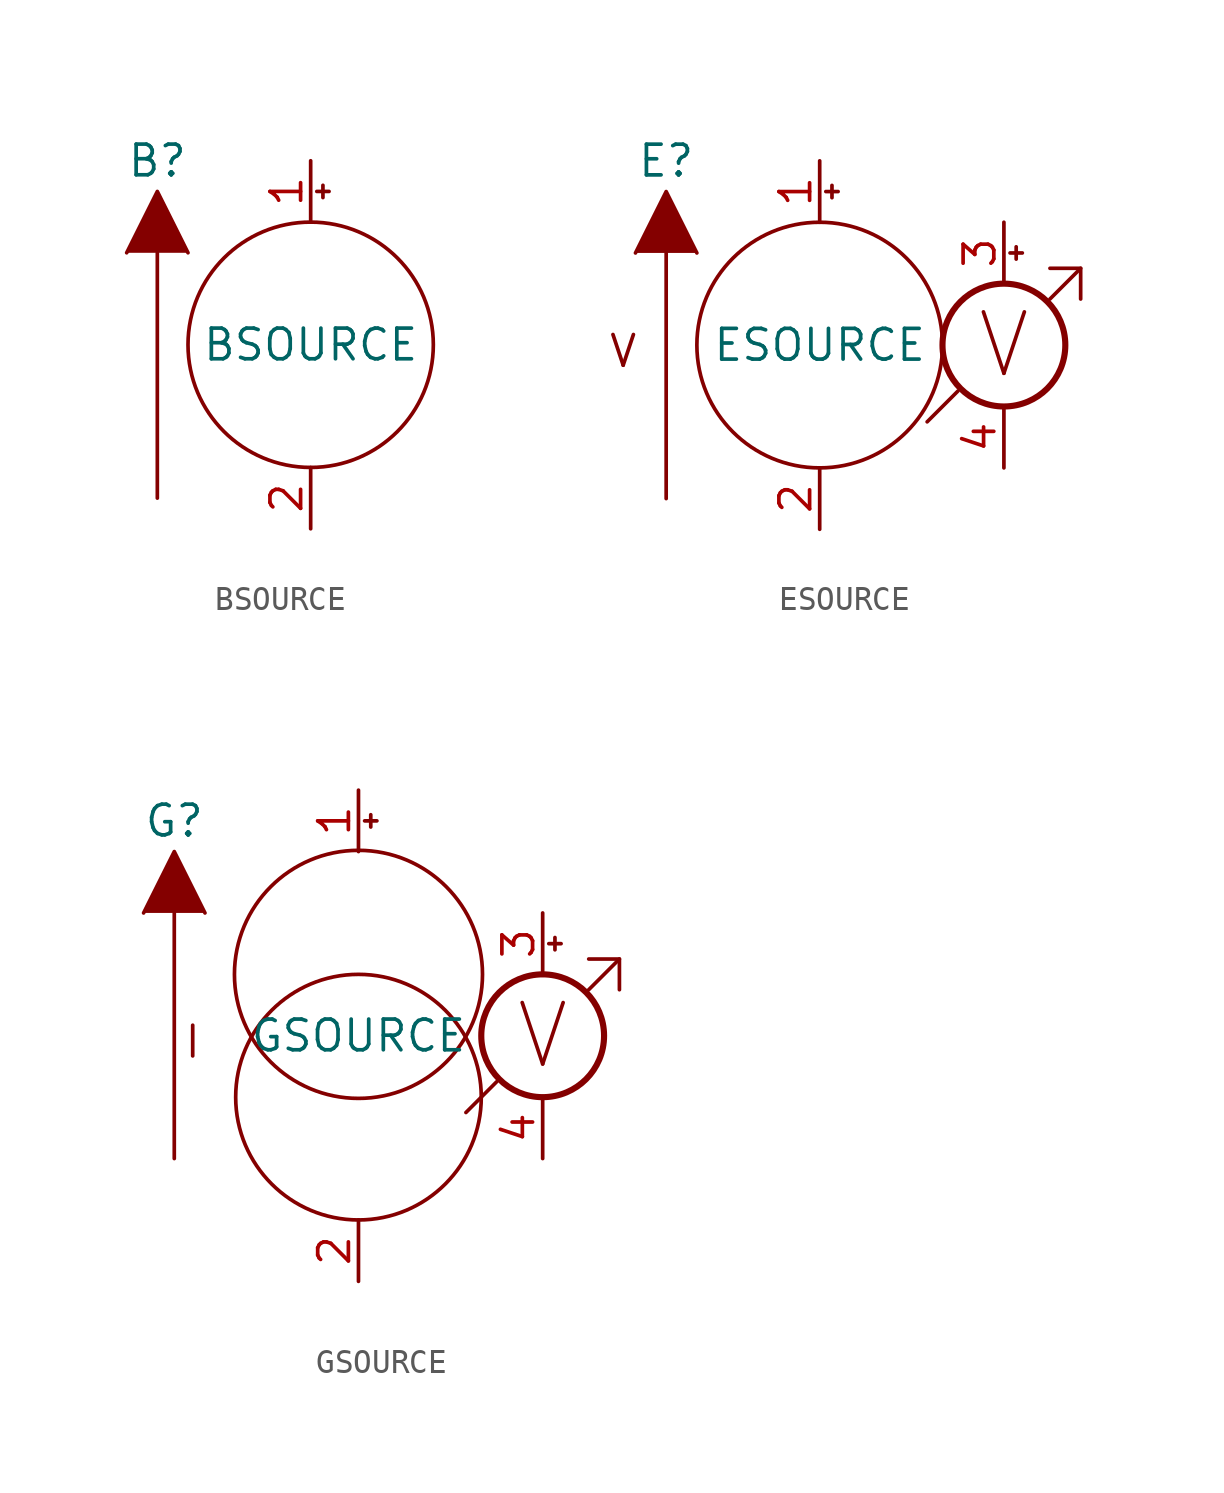
<source format=kicad_sym>
(kicad_symbol_lib
  (version 20201005)
  (generator kicad_symbol_editor)
  (symbol "BSOURCE"
    (pin_names
      (offset 1.016) hide)
    (property "Reference" "B"
      (at -6.35 7.62 0)
      (effects (font (size 1.27 1.27))))
    (property "Value" "BSOURCE"
      (at 0 0 0)
      (effects (font (size 1.27 1.27))))
    (symbol "BSOURCE_1_1"
      (circle (center 0 0) (radius 5.08) (stroke (width 0)) (fill (type none)))
      (polyline (pts (xy 0.254 6.35) (xy 0.762 6.35)) (stroke (width 0)) (fill (type none)))
      (polyline (pts (xy 0.508 6.604) (xy 0.508 6.096)) (stroke (width 0)) (fill (type none)))
      (polyline (pts (xy -6.35 -6.35) (xy -6.35 3.81)) (stroke (width 0)) (fill (type outline)))
      (polyline (pts (xy -7.62 3.81) (xy -6.35 6.35) (xy -5.08 3.81)) (stroke (width 0)) (fill (type outline)))
      (pin input line (at 0 7.62 270) (length 2.54) (name "N+" (effects (font (size 1.27 1.27)))) (number "1" (effects (font (size 1.27 1.27)))))
      (pin input line (at 0 -7.62 90) (length 2.54) (name "N-" (effects (font (size 1.27 1.27)))) (number "2" (effects (font (size 1.27 1.27)))))))
  (symbol "ESOURCE"
    (pin_names
      (offset 1.016) hide)
    (property "Reference" "E"
      (at -6.35 7.62 0)
      (effects (font (size 1.27 1.27))))
    (property "Value" "ESOURCE"
      (at 0 0 0)
      (effects (font (size 1.27 1.27))))
    (symbol "ESOURCE_1_1"
      (circle (center 0 0) (radius 5.08) (stroke (width 0)) (fill (type none)))
      (circle (center 7.62 0) (radius 2.54) (stroke (width 0.254)) (fill (type none)))
      (text "V" (at -8.128 -0.254 0) (effects (font (size 1.27 1.27))))
      (text "V" (at 7.62 0 0) (effects (font (size 2.54 2.54))))
      (polyline (pts (xy 0.254 6.35) (xy 0.762 6.35)) (stroke (width 0)) (fill (type none)))
      (polyline (pts (xy 0.508 6.604) (xy 0.508 6.096)) (stroke (width 0)) (fill (type none)))
      (polyline (pts (xy 4.445 -3.175) (xy 5.715 -1.905)) (stroke (width 0)) (fill (type none)))
      (polyline (pts (xy 7.874 3.81) (xy 8.382 3.81)) (stroke (width 0)) (fill (type none)))
      (polyline (pts (xy 8.128 4.064) (xy 8.128 3.556)) (stroke (width 0)) (fill (type none)))
      (polyline (pts (xy 9.525 1.905) (xy 10.795 3.175)) (stroke (width 0)) (fill (type none)))
      (polyline (pts (xy 9.525 3.175) (xy 10.795 3.175) (xy 10.795 1.905)) (stroke (width 0)) (fill (type none)))
      (polyline (pts (xy -6.35 -6.35) (xy -6.35 3.81)) (stroke (width 0)) (fill (type outline)))
      (polyline (pts (xy -7.62 3.81) (xy -6.35 6.35) (xy -5.08 3.81)) (stroke (width 0)) (fill (type outline)))
      (pin input line (at 0 7.62 270) (length 2.54) (name "N+" (effects (font (size 1.27 1.27)))) (number "1" (effects (font (size 1.27 1.27)))))
      (pin input line (at 0 -7.62 90) (length 2.54) (name "N-" (effects (font (size 1.27 1.27)))) (number "2" (effects (font (size 1.27 1.27)))))
      (pin passive line (at 7.62 5.08 270) (length 2.54) (name "C+" (effects (font (size 1.27 1.27)))) (number "3" (effects (font (size 1.27 1.27)))))
      (pin passive line (at 7.62 -5.08 90) (length 2.54) (name "C-" (effects (font (size 1.27 1.27)))) (number "4" (effects (font (size 1.27 1.27)))))))
  (symbol "GSOURCE"
    (pin_names
      (offset 1.016) hide)
    (property "Reference" "G"
      (at -7.62 8.89 0)
      (effects (font (size 1.27 1.27))))
    (property "Value" "GSOURCE"
      (at 0 0 0)
      (effects (font (size 1.27 1.27))))
    (symbol "GSOURCE_0_1"
      (circle (center 0 -2.54) (radius 5.08) (stroke (width 0)) (fill (type none)))
      (circle (center 0 2.54) (radius 5.131) (stroke (width 0)) (fill (type none)))
      (text "I" (at -6.858 -0.254 0) (effects (font (size 1.27 1.27))))
      (polyline (pts (xy -7.62 -5.08) (xy -7.62 5.08)) (stroke (width 0)) (fill (type outline)))
      (polyline (pts (xy -8.89 5.08) (xy -7.62 7.62) (xy -6.35 5.08)) (stroke (width 0)) (fill (type outline))))
    (symbol "GSOURCE_1_1"
      (circle (center 7.62 0) (radius 2.54) (stroke (width 0.254)) (fill (type none)))
      (text "V" (at 7.62 0 0) (effects (font (size 2.54 2.54))))
      (polyline (pts (xy 0.254 8.89) (xy 0.762 8.89)) (stroke (width 0)) (fill (type none)))
      (polyline (pts (xy 0.508 9.144) (xy 0.508 8.636)) (stroke (width 0)) (fill (type none)))
      (polyline (pts (xy 4.445 -3.175) (xy 5.715 -1.905)) (stroke (width 0)) (fill (type none)))
      (polyline (pts (xy 7.874 3.81) (xy 8.382 3.81)) (stroke (width 0)) (fill (type none)))
      (polyline (pts (xy 8.128 4.064) (xy 8.128 3.556)) (stroke (width 0)) (fill (type none)))
      (polyline (pts (xy 9.525 1.905) (xy 10.795 3.175)) (stroke (width 0)) (fill (type none)))
      (polyline (pts (xy 9.525 3.175) (xy 10.795 3.175) (xy 10.795 1.905)) (stroke (width 0)) (fill (type none)))
      (pin input line (at 0 10.16 270) (length 2.54) (name "N+" (effects (font (size 1.27 1.27)))) (number "1" (effects (font (size 1.27 1.27)))))
      (pin input line (at 0 -10.16 90) (length 2.54) (name "N-" (effects (font (size 1.27 1.27)))) (number "2" (effects (font (size 1.27 1.27)))))
      (pin passive line (at 7.62 5.08 270) (length 2.54) (name "C+" (effects (font (size 1.27 1.27)))) (number "3" (effects (font (size 1.27 1.27)))))
      (pin passive line (at 7.62 -5.08 90) (length 2.54) (name "C-" (effects (font (size 1.27 1.27)))) (number "4" (effects (font (size 1.27 1.27))))))))
</source>
